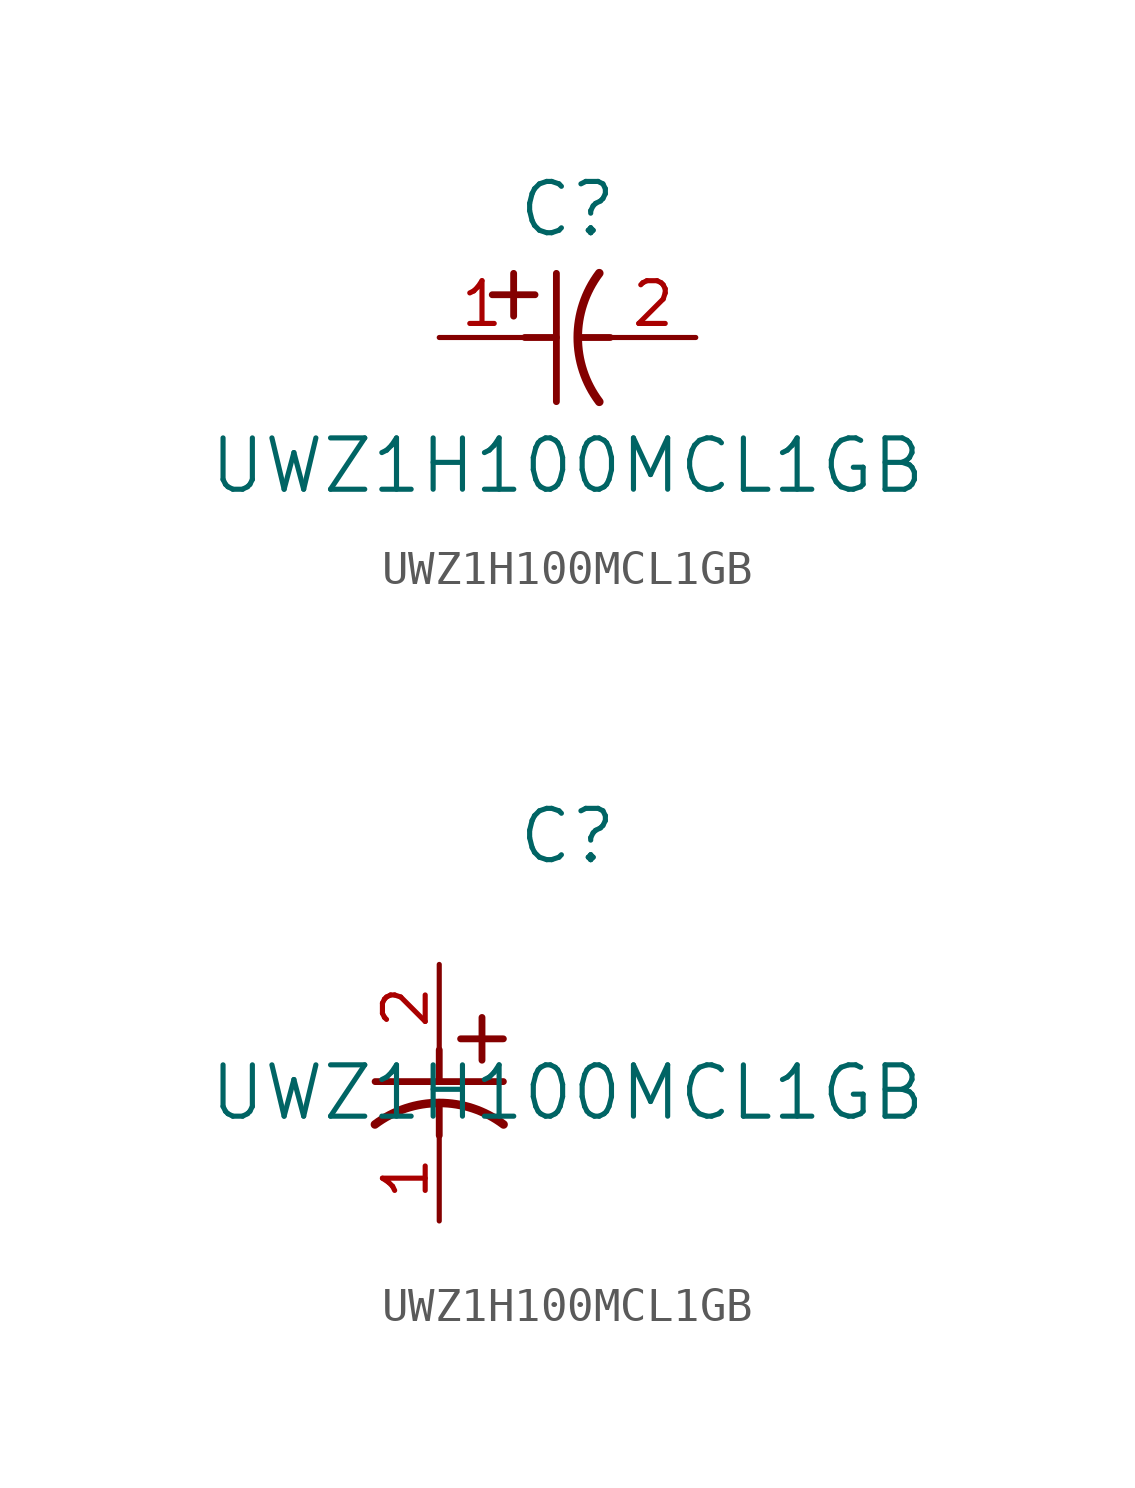
<source format=kicad_sym>
(kicad_symbol_lib
  (version 20211014)
  (generator kicad_symbol_editor)
  (symbol "UWZ1H100MCL1GB"
    (pin_names
      (offset 0.254))
    (property "Reference" "C"
      (at 3.81 3.81 0)
      (effects (font (size 1.524 1.524))))
    (property "Value" "UWZ1H100MCL1GB"
      (at 3.81 -3.81 0)
      (effects (font (size 1.524 1.524))))
    (symbol "UWZ1H100MCL1GB_1_1"
      (polyline (pts (xy 2.21 0.635) (xy 2.21 1.905)) (stroke (width 0.203) (type default) (color 0 0 0 0)) (fill (type none)))
      (arc (start 4.754132 1.910763) (mid 4.1148 0) (end 4.754132 -1.910763) (stroke (width 0.254) (type default) (color 0 0 0 0)) (fill (type none)))
      (polyline (pts (xy 4.115 0) (xy 5.08 0)) (stroke (width 0.203) (type default) (color 0 0 0 0)) (fill (type none)))
      (polyline (pts (xy 3.48 -1.905) (xy 3.48 1.905)) (stroke (width 0.203) (type default) (color 0 0 0 0)) (fill (type none)))
      (polyline (pts (xy 1.575 1.27) (xy 2.845 1.27)) (stroke (width 0.203) (type default) (color 0 0 0 0)) (fill (type none)))
      (polyline (pts (xy 2.54 0) (xy 3.48 0)) (stroke (width 0.203) (type default) (color 0 0 0 0)) (fill (type none)))
      (pin unspecified line (at 0 0 0) (length 2.54) (name "" (effects (font (size 1.27 1.27)))) (number "1" (effects (font (size 1.27 1.27)))))
      (pin unspecified line (at 7.62 0 180) (length 2.54) (name "" (effects (font (size 1.27 1.27)))) (number "2" (effects (font (size 1.27 1.27))))))
    (symbol "UWZ1H100MCL1GB_1_2"
      (polyline (pts (xy 0 -2.54) (xy 0 -3.48)) (stroke (width 0.203) (type default) (color 0 0 0 0)) (fill (type none)))
      (arc (start 1.910763 -4.754132) (mid 0 -4.1148) (end -1.910763 -4.754132) (stroke (width 0.254) (type default) (color 0 0 0 0)) (fill (type none)))
      (polyline (pts (xy -1.905 -3.48) (xy 1.905 -3.48)) (stroke (width 0.203) (type default) (color 0 0 0 0)) (fill (type none)))
      (polyline (pts (xy 0.635 -2.21) (xy 1.905 -2.21)) (stroke (width 0.203) (type default) (color 0 0 0 0)) (fill (type none)))
      (polyline (pts (xy 1.27 -1.575) (xy 1.27 -2.845)) (stroke (width 0.203) (type default) (color 0 0 0 0)) (fill (type none)))
      (polyline (pts (xy 0 -4.115) (xy 0 -5.08)) (stroke (width 0.203) (type default) (color 0 0 0 0)) (fill (type none)))
      (pin unspecified line (at 0 -7.62 90) (length 2.54) (name "" (effects (font (size 1.27 1.27)))) (number "1" (effects (font (size 1.27 1.27)))))
      (pin unspecified line (at 0 0 270) (length 2.54) (name "" (effects (font (size 1.27 1.27)))) (number "2" (effects (font (size 1.27 1.27))))))))
</source>
